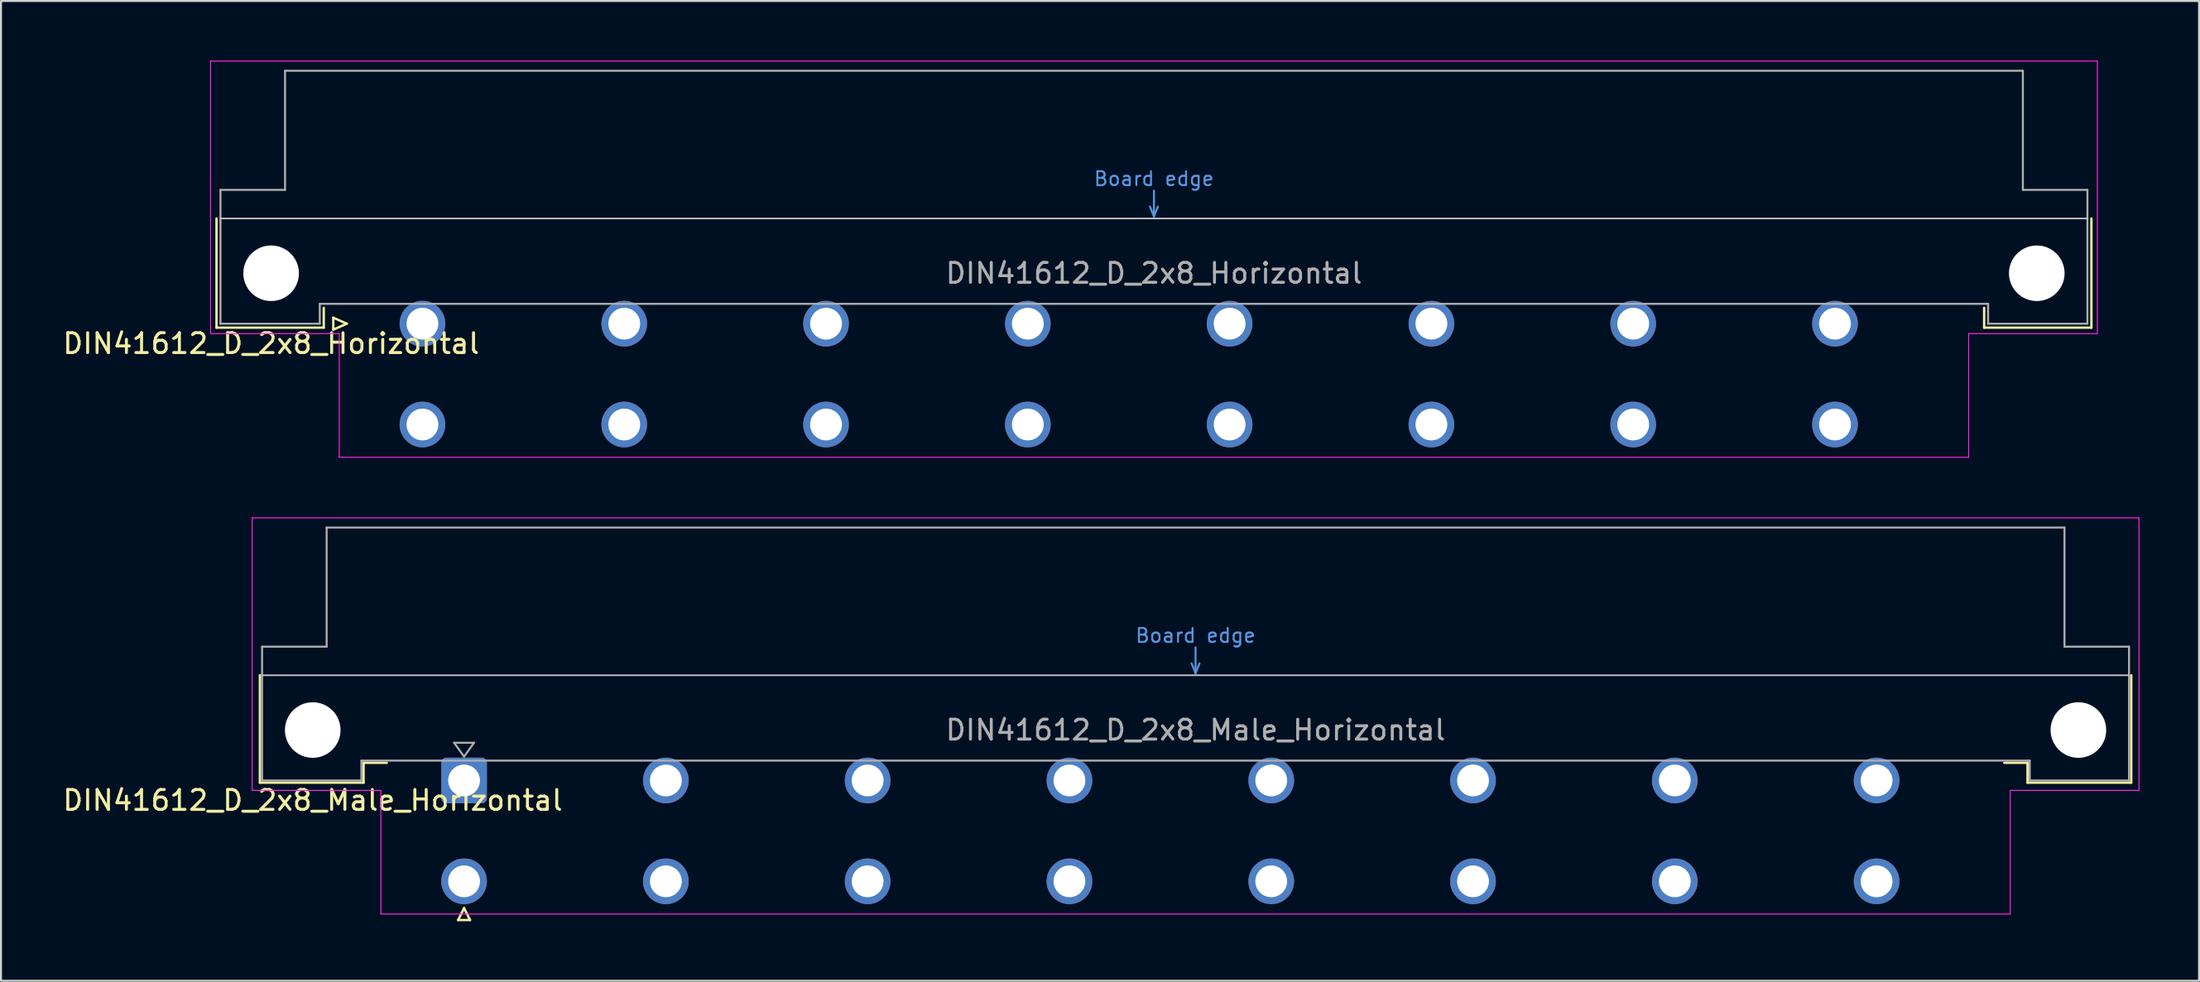
<source format=kicad_pcb>
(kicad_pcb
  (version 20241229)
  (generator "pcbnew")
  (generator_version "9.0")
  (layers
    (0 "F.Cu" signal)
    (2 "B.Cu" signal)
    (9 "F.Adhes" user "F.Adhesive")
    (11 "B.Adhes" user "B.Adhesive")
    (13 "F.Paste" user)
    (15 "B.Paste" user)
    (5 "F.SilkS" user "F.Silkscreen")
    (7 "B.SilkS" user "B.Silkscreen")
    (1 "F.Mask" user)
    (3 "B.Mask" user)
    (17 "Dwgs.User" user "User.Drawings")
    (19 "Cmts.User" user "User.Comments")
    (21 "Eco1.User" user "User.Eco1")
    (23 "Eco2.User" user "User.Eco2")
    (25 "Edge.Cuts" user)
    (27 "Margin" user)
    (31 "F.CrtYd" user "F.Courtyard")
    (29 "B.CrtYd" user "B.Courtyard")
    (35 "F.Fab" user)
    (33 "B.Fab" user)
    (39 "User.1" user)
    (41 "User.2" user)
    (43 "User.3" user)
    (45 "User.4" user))
  (footprint "DIN41612_D_2x8_Horizontal"
    (layer "F.Cu")
    (at 15.681 13.255)
    (property "Reference" "DIN41612_D_2x8_Horizontal" (at -5.08 1 0) (layer "F.SilkS") (effects (font (size 1 1) (thickness 0.15))))
    (attr through_hole)
    (fp_line (start -7.83 -5.3) (end -7.83 0.2) (stroke (width 0.12) (type solid)) (layer "F.SilkS"))
    (fp_line (start -7.83 0.2) (end -2.43 0.2) (stroke (width 0.12) (type solid)) (layer "F.SilkS"))
    (fp_line (start -2.43 0.2) (end -2.43 -0.8) (stroke (width 0.12) (type solid)) (layer "F.SilkS"))
    (fp_line (start -1.95 -0.3) (end -1.95 0.3) (stroke (width 0.12) (type solid)) (layer "F.SilkS"))
    (fp_line (start -1.95 0.3) (end -1.27 0) (stroke (width 0.12) (type solid)) (layer "F.SilkS"))
    (fp_line (start -1.27 0) (end -1.95 -0.3) (stroke (width 0.12) (type solid)) (layer "F.SilkS"))
    (fp_line (start 81.17 0.2) (end 81.17 -0.8) (stroke (width 0.12) (type solid)) (layer "F.SilkS"))
    (fp_line (start 86.57 -5.3) (end 86.57 0.2) (stroke (width 0.12) (type solid)) (layer "F.SilkS"))
    (fp_line (start 86.57 0.2) (end 81.17 0.2) (stroke (width 0.12) (type solid)) (layer "F.SilkS"))
    (fp_line (start -7.63 -5.3) (end 86.37 -5.3) (stroke (width 0.08) (type solid)) (layer "Dwgs.User"))
    (fp_line (start 39.17 -5.9) (end 39.37 -5.4) (stroke (width 0.1) (type solid)) (layer "Cmts.User"))
    (fp_line (start 39.37 -5.4) (end 39.37 -6.7) (stroke (width 0.1) (type solid)) (layer "Cmts.User"))
    (fp_line (start 39.37 -5.4) (end 39.57 -5.9) (stroke (width 0.1) (type solid)) (layer "Cmts.User"))
    (fp_line (start -8.13 -13.23) (end -8.13 0.5) (stroke (width 0.05) (type solid)) (layer "F.CrtYd"))
    (fp_line (start -8.13 0.5) (end -1.65 0.5) (stroke (width 0.05) (type solid)) (layer "F.CrtYd"))
    (fp_line (start -1.65 0.5) (end -1.65 6.73) (stroke (width 0.05) (type solid)) (layer "F.CrtYd"))
    (fp_line (start -1.65 6.73) (end 80.39 6.73) (stroke (width 0.05) (type solid)) (layer "F.CrtYd"))
    (fp_line (start 80.39 0.5) (end 86.87 0.5) (stroke (width 0.05) (type solid)) (layer "F.CrtYd"))
    (fp_line (start 80.39 6.73) (end 80.39 0.5) (stroke (width 0.05) (type solid)) (layer "F.CrtYd"))
    (fp_line (start 86.87 -13.23) (end -8.13 -13.23) (stroke (width 0.05) (type solid)) (layer "F.CrtYd"))
    (fp_line (start 86.87 0.5) (end 86.87 -13.23) (stroke (width 0.05) (type solid)) (layer "F.CrtYd"))
    (fp_line (start -7.63 -6.74) (end -7.63 0) (stroke (width 0.1) (type solid)) (layer "F.Fab"))
    (fp_line (start -7.63 0) (end -2.63 0) (stroke (width 0.1) (type solid)) (layer "F.Fab"))
    (fp_line (start -4.38 -12.74) (end -4.38 -6.74) (stroke (width 0.1) (type solid)) (layer "F.Fab"))
    (fp_line (start -4.38 -6.74) (end -7.63 -6.74) (stroke (width 0.1) (type solid)) (layer "F.Fab"))
    (fp_line (start -2.63 -1) (end 81.37 -1) (stroke (width 0.1) (type solid)) (layer "F.Fab"))
    (fp_line (start -2.63 0) (end -2.63 -1) (stroke (width 0.1) (type solid)) (layer "F.Fab"))
    (fp_line (start 81.37 -1) (end 81.37 0) (stroke (width 0.1) (type solid)) (layer "F.Fab"))
    (fp_line (start 81.37 0) (end 86.37 0) (stroke (width 0.1) (type solid)) (layer "F.Fab"))
    (fp_line (start 83.12 -12.74) (end -4.38 -12.74) (stroke (width 0.1) (type solid)) (layer "F.Fab"))
    (fp_line (start 83.12 -6.74) (end 83.12 -12.74) (stroke (width 0.1) (type solid)) (layer "F.Fab"))
    (fp_line (start 86.37 -6.74) (end 83.12 -6.74) (stroke (width 0.1) (type solid)) (layer "F.Fab"))
    (fp_line (start 86.37 0) (end 86.37 -6.74) (stroke (width 0.1) (type solid)) (layer "F.Fab"))
    (fp_text user "Board edge" (at 39.37 -7.3 0) (layer "Cmts.User") (effects (font (size 0.7 0.7) (thickness 0.1))))
    (fp_text user "${REFERENCE}" (at 39.37 -2.54 0) (layer "F.Fab") (effects (font (size 1 1) (thickness 0.15))))
    (pad "" np_thru_hole circle (at -5.08 -2.54) (size 2.8 2.8) (drill 2.8) (layers "*.Cu" "*.Mask"))
    (pad "" np_thru_hole circle (at 83.82 -2.54) (size 2.8 2.8) (drill 2.8) (layers "*.Cu" "*.Mask"))
    (pad "a2" thru_hole circle (at 2.54 0) (size 2.3 2.3) (drill 1.6) (layers "*.Cu" "*.Mask"))
    (pad "a6" thru_hole circle (at 12.7 0) (size 2.3 2.3) (drill 1.6) (layers "*.Cu" "*.Mask"))
    (pad "a10" thru_hole circle (at 22.86 0) (size 2.3 2.3) (drill 1.6) (layers "*.Cu" "*.Mask"))
    (pad "a14" thru_hole circle (at 33.02 0) (size 2.3 2.3) (drill 1.6) (layers "*.Cu" "*.Mask"))
    (pad "a18" thru_hole circle (at 43.18 0) (size 2.3 2.3) (drill 1.6) (layers "*.Cu" "*.Mask"))
    (pad "a22" thru_hole circle (at 53.34 0) (size 2.3 2.3) (drill 1.6) (layers "*.Cu" "*.Mask"))
    (pad "a26" thru_hole circle (at 63.5 0) (size 2.3 2.3) (drill 1.6) (layers "*.Cu" "*.Mask"))
    (pad "a30" thru_hole circle (at 73.66 0) (size 2.3 2.3) (drill 1.6) (layers "*.Cu" "*.Mask"))
    (pad "c2" thru_hole circle (at 2.54 5.08) (size 2.3 2.3) (drill 1.6) (layers "*.Cu" "*.Mask"))
    (pad "c6" thru_hole circle (at 12.7 5.08) (size 2.3 2.3) (drill 1.6) (layers "*.Cu" "*.Mask"))
    (pad "c10" thru_hole circle (at 22.86 5.08) (size 2.3 2.3) (drill 1.6) (layers "*.Cu" "*.Mask"))
    (pad "c14" thru_hole circle (at 33.02 5.08) (size 2.3 2.3) (drill 1.6) (layers "*.Cu" "*.Mask"))
    (pad "c18" thru_hole circle (at 43.18 5.08) (size 2.3 2.3) (drill 1.6) (layers "*.Cu" "*.Mask"))
    (pad "c22" thru_hole circle (at 53.34 5.08) (size 2.3 2.3) (drill 1.6) (layers "*.Cu" "*.Mask"))
    (pad "c26" thru_hole circle (at 63.5 5.08) (size 2.3 2.3) (drill 1.6) (layers "*.Cu" "*.Mask"))
    (pad "c30" thru_hole circle (at 73.66 5.08) (size 2.3 2.3) (drill 1.6) (layers "*.Cu" "*.Mask")))
  (footprint "DIN41612_D_2x8_Male_Horizontal"
    (layer "F.Cu")
    (at 17.776 36.265)
    (property "Reference" "DIN41612_D_2x8_Male_Horizontal" (at -5.08 1 0) (layer "F.SilkS") (effects (font (size 1 1) (thickness 0.15))))
    (attr through_hole)
    (fp_line (start -7.74 -5.3) (end -7.74 0.11) (stroke (width 0.12) (type solid)) (layer "F.SilkS"))
    (fp_line (start -7.74 0.11) (end -2.52 0.11) (stroke (width 0.12) (type solid)) (layer "F.SilkS"))
    (fp_line (start -2.52 -0.89) (end -1.35 -0.89) (stroke (width 0.12) (type solid)) (layer "F.SilkS"))
    (fp_line (start -2.52 0.11) (end -2.52 -0.89) (stroke (width 0.12) (type solid)) (layer "F.SilkS"))
    (fp_line (start 2.24 7.03) (end 2.84 7.03) (stroke (width 0.12) (type solid)) (layer "F.SilkS"))
    (fp_line (start 2.54 6.43) (end 2.24 7.03) (stroke (width 0.12) (type solid)) (layer "F.SilkS"))
    (fp_line (start 2.84 7.03) (end 2.54 6.43) (stroke (width 0.12) (type solid)) (layer "F.SilkS"))
    (fp_line (start 81.26 -0.89) (end 80.09 -0.89) (stroke (width 0.12) (type solid)) (layer "F.SilkS"))
    (fp_line (start 81.26 0.11) (end 81.26 -0.89) (stroke (width 0.12) (type solid)) (layer "F.SilkS"))
    (fp_line (start 86.48 -5.3) (end 86.48 0.11) (stroke (width 0.12) (type solid)) (layer "F.SilkS"))
    (fp_line (start 86.48 0.11) (end 81.26 0.11) (stroke (width 0.12) (type solid)) (layer "F.SilkS"))
    (fp_line (start -7.63 -5.3) (end 86.37 -5.3) (stroke (width 0.08) (type solid)) (layer "Dwgs.User"))
    (fp_line (start 39.17 -5.9) (end 39.37 -5.4) (stroke (width 0.1) (type solid)) (layer "Cmts.User"))
    (fp_line (start 39.37 -5.4) (end 39.37 -6.7) (stroke (width 0.1) (type solid)) (layer "Cmts.User"))
    (fp_line (start 39.37 -5.4) (end 39.57 -5.9) (stroke (width 0.1) (type solid)) (layer "Cmts.User"))
    (fp_line (start -8.13 -13.23) (end -8.13 0.5) (stroke (width 0.05) (type solid)) (layer "F.CrtYd"))
    (fp_line (start -8.13 0.5) (end -1.65 0.5) (stroke (width 0.05) (type solid)) (layer "F.CrtYd"))
    (fp_line (start -1.65 0.5) (end -1.65 6.73) (stroke (width 0.05) (type solid)) (layer "F.CrtYd"))
    (fp_line (start -1.65 6.73) (end 80.39 6.73) (stroke (width 0.05) (type solid)) (layer "F.CrtYd"))
    (fp_line (start 80.39 0.5) (end 86.87 0.5) (stroke (width 0.05) (type solid)) (layer "F.CrtYd"))
    (fp_line (start 80.39 6.73) (end 80.39 0.5) (stroke (width 0.05) (type solid)) (layer "F.CrtYd"))
    (fp_line (start 86.87 -13.23) (end -8.13 -13.23) (stroke (width 0.05) (type solid)) (layer "F.CrtYd"))
    (fp_line (start 86.87 0.5) (end 86.87 -13.23) (stroke (width 0.05) (type solid)) (layer "F.CrtYd"))
    (fp_line (start -7.63 -6.74) (end -7.63 0) (stroke (width 0.1) (type solid)) (layer "F.Fab"))
    (fp_line (start -7.63 0) (end -2.63 0) (stroke (width 0.1) (type solid)) (layer "F.Fab"))
    (fp_line (start -4.38 -12.74) (end -4.38 -6.74) (stroke (width 0.1) (type solid)) (layer "F.Fab"))
    (fp_line (start -4.38 -6.74) (end -7.63 -6.74) (stroke (width 0.1) (type solid)) (layer "F.Fab"))
    (fp_line (start -2.63 -1) (end 81.37 -1) (stroke (width 0.1) (type solid)) (layer "F.Fab"))
    (fp_line (start -2.63 0) (end -2.63 -1) (stroke (width 0.1) (type solid)) (layer "F.Fab"))
    (fp_line (start 2.04 -1.9) (end 3.04 -1.9) (stroke (width 0.1) (type solid)) (layer "F.Fab"))
    (fp_line (start 2.54 -1.2) (end 2.04 -1.9) (stroke (width 0.1) (type solid)) (layer "F.Fab"))
    (fp_line (start 3.04 -1.9) (end 2.54 -1.2) (stroke (width 0.1) (type solid)) (layer "F.Fab"))
    (fp_line (start 81.37 -1) (end 81.37 0) (stroke (width 0.1) (type solid)) (layer "F.Fab"))
    (fp_line (start 81.37 0) (end 86.37 0) (stroke (width 0.1) (type solid)) (layer "F.Fab"))
    (fp_line (start 83.12 -12.74) (end -4.38 -12.74) (stroke (width 0.1) (type solid)) (layer "F.Fab"))
    (fp_line (start 83.12 -6.74) (end 83.12 -12.74) (stroke (width 0.1) (type solid)) (layer "F.Fab"))
    (fp_line (start 86.37 -6.74) (end 83.12 -6.74) (stroke (width 0.1) (type solid)) (layer "F.Fab"))
    (fp_line (start 86.37 0) (end 86.37 -6.74) (stroke (width 0.1) (type solid)) (layer "F.Fab"))
    (fp_text user "Board edge" (at 39.37 -7.3 0) (layer "Cmts.User") (effects (font (size 0.7 0.7) (thickness 0.1))))
    (fp_text user "${REFERENCE}" (at 39.37 -2.54 0) (layer "F.Fab") (effects (font (size 1 1) (thickness 0.15))))
    (pad "" np_thru_hole circle (at -5.08 -2.54) (size 2.8 2.8) (drill 2.8) (layers "*.Cu" "*.Mask"))
    (pad "" np_thru_hole circle (at 83.82 -2.54) (size 2.8 2.8) (drill 2.8) (layers "*.Cu" "*.Mask"))
    (pad "a2" thru_hole roundrect (at 2.54 0) (size 2.3 2.3) (drill 1.6) (layers "*.Cu" "*.Mask") (roundrect_rratio 0.109))
    (pad "a6" thru_hole circle (at 12.7 0) (size 2.3 2.3) (drill 1.6) (layers "*.Cu" "*.Mask"))
    (pad "a10" thru_hole circle (at 22.86 0) (size 2.3 2.3) (drill 1.6) (layers "*.Cu" "*.Mask"))
    (pad "a14" thru_hole circle (at 33.02 0) (size 2.3 2.3) (drill 1.6) (layers "*.Cu" "*.Mask"))
    (pad "a18" thru_hole circle (at 43.18 0) (size 2.3 2.3) (drill 1.6) (layers "*.Cu" "*.Mask"))
    (pad "a22" thru_hole circle (at 53.34 0) (size 2.3 2.3) (drill 1.6) (layers "*.Cu" "*.Mask"))
    (pad "a26" thru_hole circle (at 63.5 0) (size 2.3 2.3) (drill 1.6) (layers "*.Cu" "*.Mask"))
    (pad "a30" thru_hole circle (at 73.66 0) (size 2.3 2.3) (drill 1.6) (layers "*.Cu" "*.Mask"))
    (pad "c2" thru_hole circle (at 2.54 5.08) (size 2.3 2.3) (drill 1.6) (layers "*.Cu" "*.Mask"))
    (pad "c6" thru_hole circle (at 12.7 5.08) (size 2.3 2.3) (drill 1.6) (layers "*.Cu" "*.Mask"))
    (pad "c10" thru_hole circle (at 22.86 5.08) (size 2.3 2.3) (drill 1.6) (layers "*.Cu" "*.Mask"))
    (pad "c14" thru_hole circle (at 33.02 5.08) (size 2.3 2.3) (drill 1.6) (layers "*.Cu" "*.Mask"))
    (pad "c18" thru_hole circle (at 43.18 5.08) (size 2.3 2.3) (drill 1.6) (layers "*.Cu" "*.Mask"))
    (pad "c22" thru_hole circle (at 53.34 5.08) (size 2.3 2.3) (drill 1.6) (layers "*.Cu" "*.Mask"))
    (pad "c26" thru_hole circle (at 63.5 5.08) (size 2.3 2.3) (drill 1.6) (layers "*.Cu" "*.Mask"))
    (pad "c30" thru_hole circle (at 73.66 5.08) (size 2.3 2.3) (drill 1.6) (layers "*.Cu" "*.Mask")))
  (gr_rect
    (start -3 -3)
    (end 107.671 46.355)
    (stroke (width 0.1) (type default))
    (fill no)
    (layer "Edge.Cuts")))
</source>
